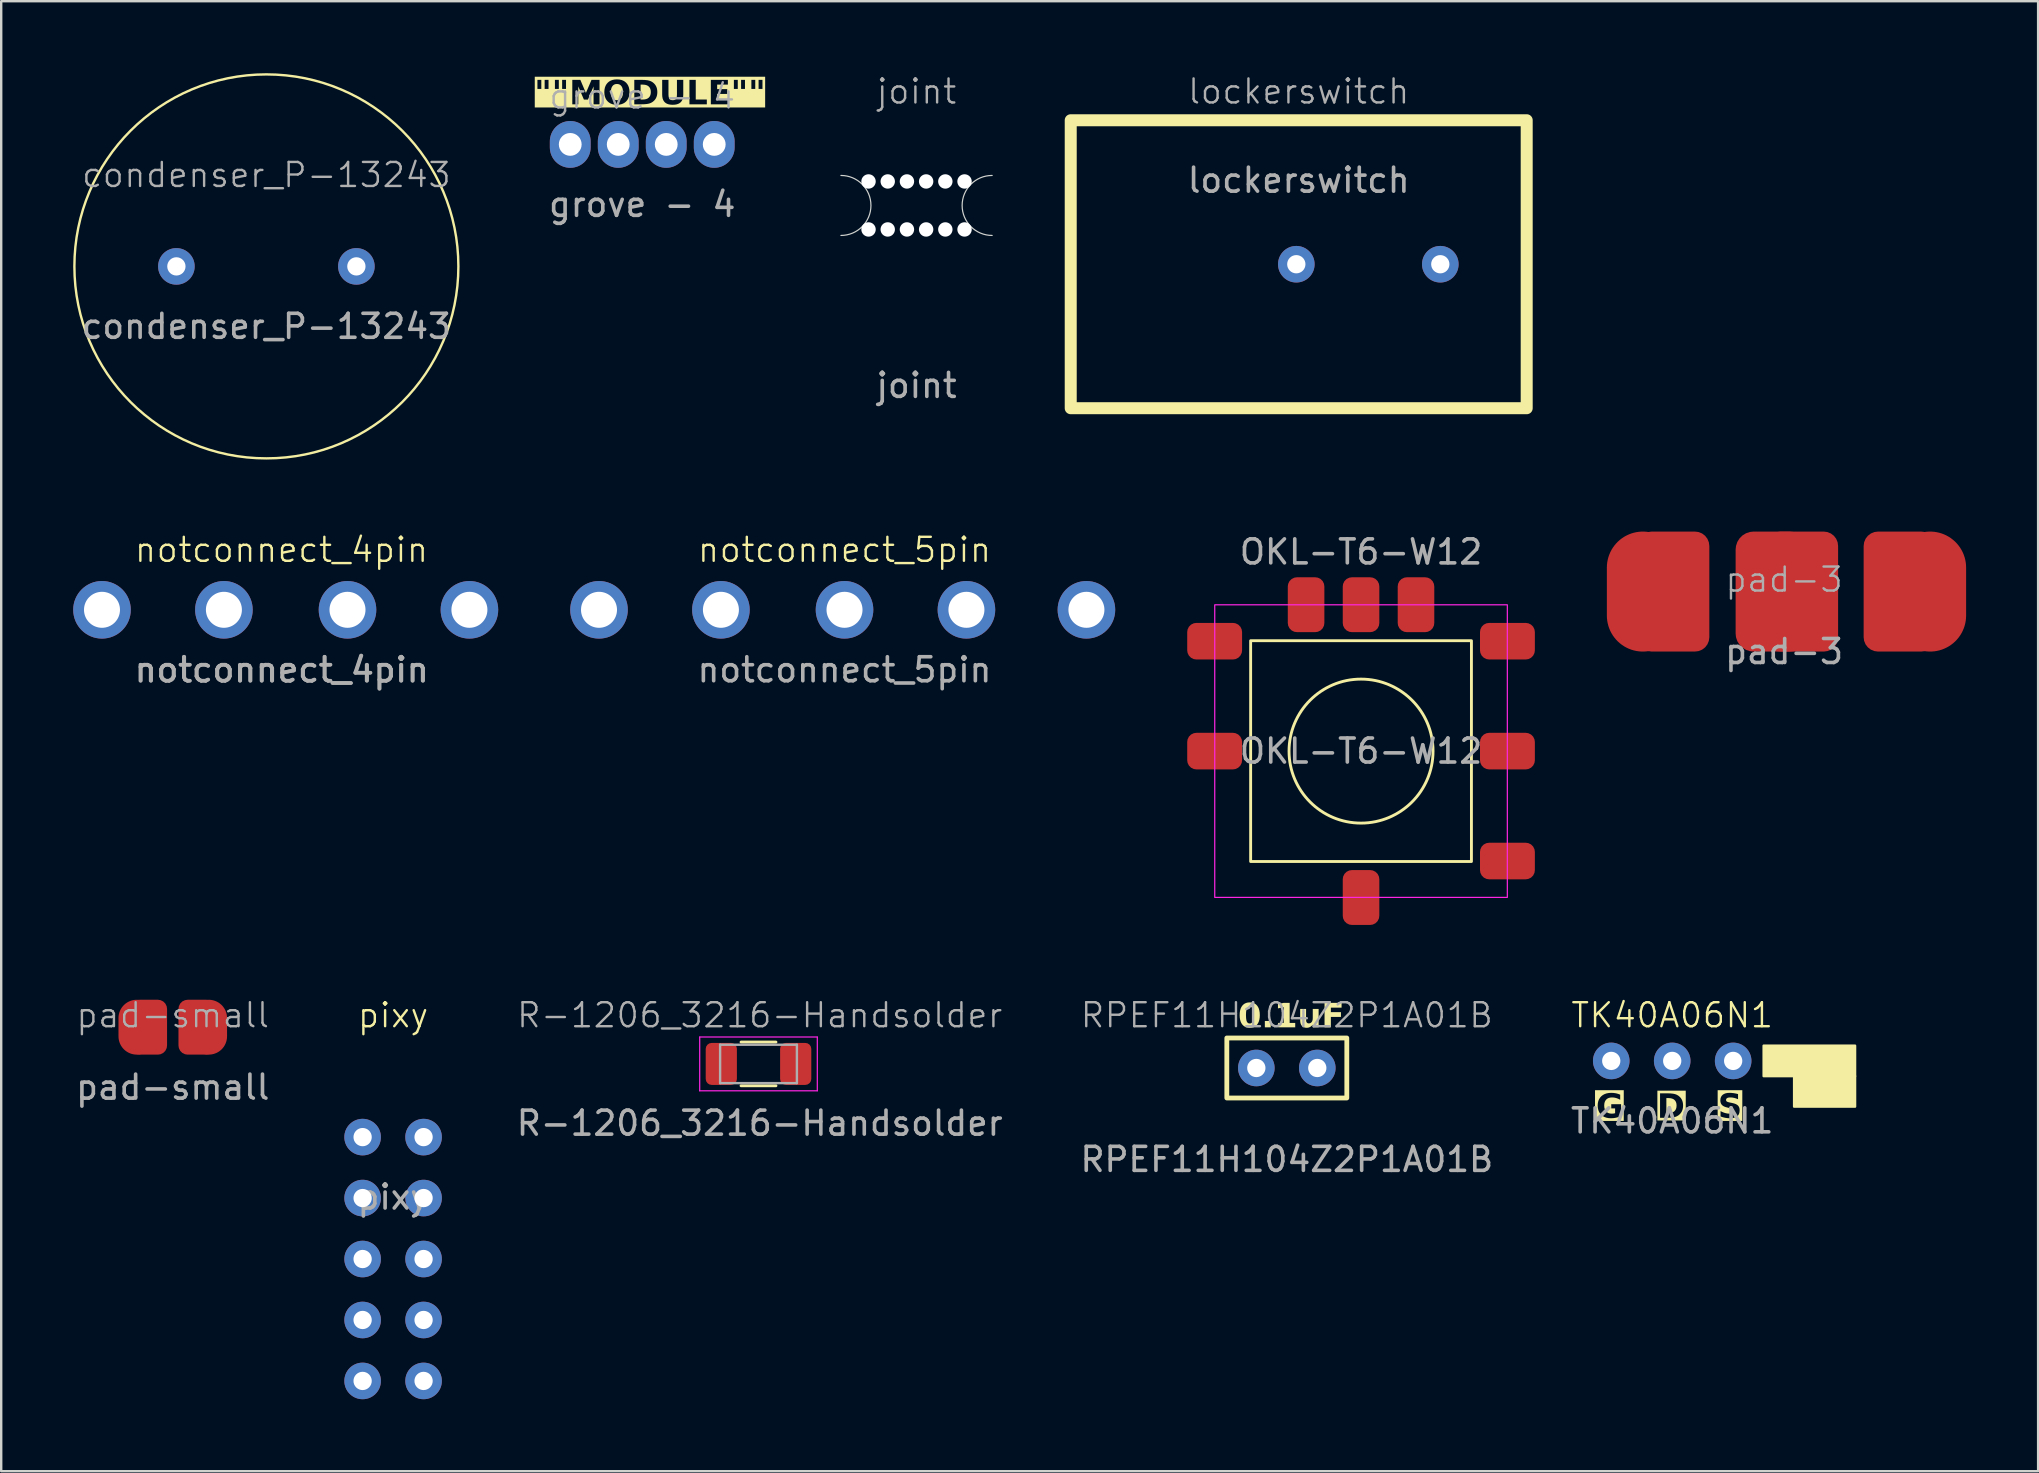
<source format=kicad_pcb>
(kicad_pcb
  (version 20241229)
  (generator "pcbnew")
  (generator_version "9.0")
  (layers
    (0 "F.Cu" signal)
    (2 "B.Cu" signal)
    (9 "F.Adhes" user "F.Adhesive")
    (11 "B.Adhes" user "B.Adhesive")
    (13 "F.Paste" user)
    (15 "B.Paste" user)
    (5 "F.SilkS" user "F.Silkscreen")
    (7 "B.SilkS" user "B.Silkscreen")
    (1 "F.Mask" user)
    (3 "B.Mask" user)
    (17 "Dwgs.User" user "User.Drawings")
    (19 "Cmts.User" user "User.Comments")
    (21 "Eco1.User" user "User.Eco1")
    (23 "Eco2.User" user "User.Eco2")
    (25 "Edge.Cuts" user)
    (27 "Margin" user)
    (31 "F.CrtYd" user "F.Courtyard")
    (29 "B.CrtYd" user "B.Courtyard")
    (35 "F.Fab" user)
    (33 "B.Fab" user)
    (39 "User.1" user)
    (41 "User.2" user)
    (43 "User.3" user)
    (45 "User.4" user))
  (footprint "notconnect_5pin"
    (layer "F.Cu")
    (at 32.14 22.36)
    (property "Reference" "notconnect_5pin" (at 0 -2.5 0) (unlocked yes) (layer "F.SilkS") (effects (font (size 1 1) (thickness 0.1))))
    (attr through_hole)
    (fp_text user "${REFERENCE}" (at 0 2.5 0) (unlocked yes) (layer "F.Fab") (effects (font (size 1 1) (thickness 0.15))))
    (pad "1" thru_hole circle (at -10.23 0) (size 2.4 2.4) (drill 1.5) (layers "*.Cu" "*.Mask"))
    (pad "2" thru_hole circle (at -5.15 0) (size 2.4 2.4) (drill 1.5) (layers "*.Cu" "*.Mask"))
    (pad "3" thru_hole circle (at 0 0) (size 2.4 2.4) (drill 1.5) (layers "*.Cu" "*.Mask"))
    (pad "4" thru_hole circle (at 5.08 0) (size 2.4 2.4) (drill 1.5) (layers "*.Cu" "*.Mask"))
    (pad "5" thru_hole circle (at 10.08 0) (size 2.4 2.4) (drill 1.5) (layers "*.Cu" "*.Mask")))
  (footprint "OKL-T6-W12"
    (layer "F.Cu")
    (at 53.663 28.248)
    (property "Reference" "OKL-T6-W12" (at 0 0 0) (unlocked yes) (layer "F.Fab") (effects (font (size 1 1) (thickness 0.15))))
    (attr smd)
    (fp_rect (start -4.6 4.6) (end 4.6 -4.6) (stroke (width 0.12) (type solid)) (fill no) (layer "F.SilkS"))
    (fp_circle (center 0 0) (end 0 3) (stroke (width 0.12) (type solid)) (fill no) (layer "F.SilkS"))
    (fp_rect (start -6.096 -6.096) (end 6.096 6.096) (stroke (width 0.05) (type solid)) (fill no) (layer "F.CrtYd"))
    (fp_text user "${REFERENCE}" (at 0 -8.3 0) (unlocked yes) (layer "F.Fab") (effects (font (size 1 1) (thickness 0.15))))
    (pad "1" smd roundrect (at -6.1 0) (size 2.286 1.524) (layers "F.Cu" "F.Mask" "F.Paste") (roundrect_rratio 0.25))
    (pad "2" smd roundrect (at -6.1 -4.58) (size 2.286 1.524) (layers "F.Cu" "F.Mask" "F.Paste") (roundrect_rratio 0.25))
    (pad "2" smd roundrect (at -2.29 -6.1 270) (size 2.286 1.524) (layers "F.Cu" "F.Mask" "F.Paste") (roundrect_rratio 0.25))
    (pad "3" smd roundrect (at 0 -6.1 270) (size 2.286 1.524) (layers "F.Cu" "F.Mask" "F.Paste") (roundrect_rratio 0.25))
    (pad "3" smd roundrect (at 2.29 -6.1 270) (size 2.286 1.524) (layers "F.Cu" "F.Mask" "F.Paste") (roundrect_rratio 0.25))
    (pad "4" smd roundrect (at 6.1 -4.58) (size 2.286 1.524) (layers "F.Cu" "F.Mask" "F.Paste") (roundrect_rratio 0.25))
    (pad "5" smd roundrect (at 6.1 0) (size 2.286 1.524) (layers "F.Cu" "F.Mask" "F.Paste") (roundrect_rratio 0.25))
    (pad "6" smd roundrect (at 6.1 4.58) (size 2.286 1.524) (layers "F.Cu" "F.Mask" "F.Paste") (roundrect_rratio 0.25))
    (pad "7" smd roundrect (at 0 6.1 90) (size 2.286 1.524) (layers "F.Cu" "F.Mask" "F.Paste") (roundrect_rratio 0.25)))
  (footprint "notconnect_4pin"
    (layer "F.Cu")
    (at 8.68 22.36)
    (property "Reference" "notconnect_4pin" (at 0 -2.5 0) (unlocked yes) (layer "F.SilkS") (effects (font (size 1 1) (thickness 0.1))))
    (attr through_hole)
    (fp_text user "${REFERENCE}" (at 0 2.5 0) (unlocked yes) (layer "F.Fab") (effects (font (size 1 1) (thickness 0.15))))
    (fp_text user "${REFERENCE}" (at 0.02 2.5 0) (unlocked yes) (layer "F.Fab") (effects (font (size 1 1) (thickness 0.15))))
    (pad "1" thru_hole circle (at -7.48 0) (size 2.4 2.4) (drill 1.5) (layers "*.Cu" "*.Mask"))
    (pad "2" thru_hole circle (at -2.4 0) (size 2.4 2.4) (drill 1.5) (layers "*.Cu" "*.Mask"))
    (pad "3" thru_hole circle (at 2.75 0) (size 2.4 2.4) (drill 1.5) (layers "*.Cu" "*.Mask"))
    (pad "4" thru_hole circle (at 7.83 0) (size 2.4 2.4) (drill 1.5) (layers "*.Cu" "*.Mask")))
  (footprint "condenser_P-13243"
    (layer "F.Cu")
    (at 8.05 8.05)
    (property "Reference" "condenser_P-13243" (at 0 -3.81 0) (unlocked yes) (layer "F.Fab") (effects (font (size 1 1) (thickness 0.1))))
    (attr through_hole)
    (fp_circle (center 0 0) (end 8 0) (stroke (width 0.1) (type default)) (fill no) (layer "F.SilkS"))
    (fp_text user "${REFERENCE}" (at 0 2.5 0) (unlocked yes) (layer "F.Fab") (effects (font (size 1 1) (thickness 0.15))))
    (pad "1" thru_hole circle (at -3.75 0) (size 1.524 1.524) (drill 0.762) (layers "*.Cu" "*.Mask"))
    (pad "2" thru_hole circle (at 3.75 0) (size 1.524 1.524) (drill 0.762) (layers "*.Cu" "*.Mask")))
  (footprint "TK40A06N1"
    (layer "F.Cu")
    (at 66.629 41.157)
    (property "Reference" "TK40A06N1" (at 0 -1.905 0) (unlocked yes) (layer "F.SilkS") (effects (font (size 1 1) (thickness 0.1))))
    (attr through_hole)
    (fp_rect (start 3.81 -0.635) (end 7.62 0.635) (stroke (width 0.1) (type solid)) (fill yes) (layer "F.SilkS"))
    (fp_rect (start 7.62 0.635) (end 5.08 1.905) (stroke (width 0.1) (type solid)) (fill yes) (layer "F.SilkS"))
    (fp_text user "S" (at 1.905 2.54 0) (unlocked yes) (layer "F.SilkS" knockout) (effects (font (face "Arial Black") (size 1 1) (thickness 0.1)) (justify left bottom)))
    (fp_text user "G" (at -3.175 2.54 0) (unlocked yes) (layer "F.SilkS" knockout) (effects (font (face "Arial Black") (size 1 1) (thickness 0.1)) (justify left bottom)))
    (fp_text user "D" (at -0.635 2.54 0) (unlocked yes) (layer "F.SilkS" knockout) (effects (font (face "Arial Black") (size 1 1) (thickness 0.1)) (justify left bottom)))
    (fp_text user "${REFERENCE}" (at 0 2.5 0) (unlocked yes) (layer "F.Fab") (effects (font (size 1 1) (thickness 0.15))))
    (pad "1" thru_hole circle (at 0 0) (size 1.524 1.524) (drill 0.762) (layers "*.Cu" "*.Mask"))
    (pad "2" thru_hole circle (at -2.54 0) (size 1.524 1.524) (drill 0.762) (layers "*.Cu" "*.Mask"))
    (pad "3" thru_hole circle (at 2.54 0) (size 1.524 1.524) (drill 0.762) (layers "*.Cu" "*.Mask")))
  (footprint "pixy"
    (layer "F.Cu")
    (at 13.33 44.332)
    (property "Reference" "pixy" (at 0 -5.08 0) (unlocked yes) (layer "F.SilkS") (effects (font (size 1 1) (thickness 0.1))))
    (attr through_hole)
    (fp_text user "${REFERENCE}" (at 0 2.5 0) (unlocked yes) (layer "F.Fab") (effects (font (size 1 1) (thickness 0.15))))
    (pad "1" thru_hole circle (at -1.27 0) (size 1.524 1.524) (drill 0.762) (layers "*.Cu" "*.Mask"))
    (pad "2" thru_hole circle (at -1.27 2.54) (size 1.524 1.524) (drill 0.762) (layers "*.Cu" "*.Mask"))
    (pad "3" thru_hole circle (at -1.27 5.08) (size 1.524 1.524) (drill 0.762) (layers "*.Cu" "*.Mask"))
    (pad "4" thru_hole circle (at -1.27 7.62) (size 1.524 1.524) (drill 0.762) (layers "*.Cu" "*.Mask"))
    (pad "5" thru_hole circle (at -1.27 10.16) (size 1.524 1.524) (drill 0.762) (layers "*.Cu" "*.Mask"))
    (pad "6" thru_hole circle (at 1.27 0) (size 1.524 1.524) (drill 0.762) (layers "*.Cu" "*.Mask"))
    (pad "7" thru_hole circle (at 1.27 2.54) (size 1.524 1.524) (drill 0.762) (layers "*.Cu" "*.Mask"))
    (pad "8" thru_hole circle (at 1.27 5.08) (size 1.524 1.524) (drill 0.762) (layers "*.Cu" "*.Mask"))
    (pad "9" thru_hole circle (at 1.27 7.62) (size 1.524 1.524) (drill 0.762) (layers "*.Cu" "*.Mask"))
    (pad "10" thru_hole circle (at 1.27 10.16) (size 1.524 1.524) (drill 0.762) (layers "*.Cu" "*.Mask")))
  (footprint "joint"
    (layer "F.Cu")
    (at 35.141 5.511)
    (property "Reference" "joint" (at 0 -4.75 0) (unlocked yes) (layer "F.Fab") (effects (font (size 1 1) (thickness 0.1))))
    (attr through_hole)
    (fp_arc (start -3.15 -1.25) (mid -1.9 0) (end -3.15 1.25) (stroke (width 0.05) (type default)) (layer "Edge.Cuts"))
    (fp_arc (start 3.15 1.25) (mid 1.9 0) (end 3.15 -1.25) (stroke (width 0.05) (type default)) (layer "Edge.Cuts"))
    (fp_text user "${REFERENCE}" (at 0 7.5 0) (unlocked yes) (layer "F.Fab") (effects (font (size 1 1) (thickness 0.15))))
    (pad "" np_thru_hole circle (at -2 -1) (size 0.6 0.6) (drill 0.6) (layers "*.Cu" "*.Mask"))
    (pad "" np_thru_hole circle (at -2 1) (size 0.6 0.6) (drill 0.6) (layers "*.Cu" "*.Mask"))
    (pad "" np_thru_hole circle (at -1.2 -1) (size 0.6 0.6) (drill 0.6) (layers "*.Cu" "*.Mask"))
    (pad "" np_thru_hole circle (at -1.2 1) (size 0.6 0.6) (drill 0.6) (layers "*.Cu" "*.Mask"))
    (pad "" np_thru_hole circle (at -0.4 -1) (size 0.6 0.6) (drill 0.6) (layers "*.Cu" "*.Mask"))
    (pad "" np_thru_hole circle (at -0.4 1) (size 0.6 0.6) (drill 0.6) (layers "*.Cu" "*.Mask"))
    (pad "" np_thru_hole circle (at 0.4 -1) (size 0.6 0.6) (drill 0.6) (layers "*.Cu" "*.Mask"))
    (pad "" np_thru_hole circle (at 0.4 1) (size 0.6 0.6) (drill 0.6) (layers "*.Cu" "*.Mask"))
    (pad "" np_thru_hole circle (at 1.2 -1) (size 0.6 0.6) (drill 0.6) (layers "*.Cu" "*.Mask"))
    (pad "" np_thru_hole circle (at 1.2 1) (size 0.6 0.6) (drill 0.6) (layers "*.Cu" "*.Mask"))
    (pad "" np_thru_hole circle (at 2 -1) (size 0.6 0.6) (drill 0.6) (layers "*.Cu" "*.Mask"))
    (pad "" np_thru_hole circle (at 2 1) (size 0.6 0.6) (drill 0.6) (layers "*.Cu" "*.Mask")))
  (footprint "grove - 4"
    (layer "F.Cu")
    (at 23.711 2.967)
    (property "Reference" "grove - 4" (at 0 -2 0) (unlocked yes) (layer "F.Fab") (effects (font (size 1 1) (thickness 0.1))))
    (attr through_hole)
    (fp_text user "\"\"MODULE\"\"" (at -4.5 -1.5 0) (unlocked yes) (layer "F.SilkS" knockout) (effects (font (face "Arial Black") (size 1 1) (thickness 0.1)) (justify left bottom)))
    (fp_text user "${REFERENCE}" (at 0 2.5 0) (unlocked yes) (layer "F.Fab") (effects (font (size 1 1) (thickness 0.15))))
    (pad "1" thru_hole oval (at 3 0) (size 1.7 1.95) (drill 0.95) (layers "*.Cu" "*.Mask"))
    (pad "2" thru_hole oval (at 1 0) (size 1.7 1.95) (drill 0.95) (layers "*.Cu" "*.Mask"))
    (pad "3" thru_hole oval (at -1 0) (size 1.7 1.95) (drill 0.95) (layers "*.Cu" "*.Mask"))
    (pad "4" thru_hole oval (at -3 0) (size 1.7 1.95) (drill 0.95) (layers "*.Cu" "*.Mask")))
  (footprint "lockerswitch"
    (layer "F.Cu")
    (at 51.066 1.96)
    (property "Reference" "lockerswitch" (at 0 -1.2 0) (unlocked yes) (layer "F.Fab") (effects (font (size 1 1) (thickness 0.1))))
    (attr through_hole)
    (fp_rect (start -9.5 0) (end 9.5 12) (stroke (width 0.5) (type default)) (fill no) (layer "F.SilkS"))
    (fp_text user "${REFERENCE}" (at 0 2.5 0) (unlocked yes) (layer "F.Fab") (effects (font (size 1 1) (thickness 0.15))))
    (pad "1" thru_hole circle (at 5.9 6) (size 1.524 1.524) (drill 0.762) (layers "*.Cu" "*.Mask"))
    (pad "2" thru_hole circle (at -0.1 6) (size 1.524 1.524) (drill 0.762) (layers "*.Cu" "*.Mask")))
  (footprint "R-1206_3216-Handsolder"
    (layer "F.Cu")
    (at 28.606 41.252)
    (property "Reference" "R-1206_3216-Handsolder" (at 0 -2 0) (unlocked yes) (layer "F.Fab") (effects (font (size 1 1) (thickness 0.1))))
    (attr smd)
    (fp_line (start -0.777 -0.88) (end 0.677 -0.88) (stroke (width 0.12) (type solid)) (layer "F.SilkS"))
    (fp_line (start -0.777 0.94) (end 0.677 0.94) (stroke (width 0.12) (type solid)) (layer "F.SilkS"))
    (fp_line (start -2.5 -1.09) (end 2.4 -1.09) (stroke (width 0.05) (type solid)) (layer "F.CrtYd"))
    (fp_line (start -2.5 1.15) (end -2.5 -1.09) (stroke (width 0.05) (type solid)) (layer "F.CrtYd"))
    (fp_line (start 2.4 -1.09) (end 2.4 1.15) (stroke (width 0.05) (type solid)) (layer "F.CrtYd"))
    (fp_line (start 2.4 1.15) (end -2.5 1.15) (stroke (width 0.05) (type solid)) (layer "F.CrtYd"))
    (fp_line (start -1.65 -0.77) (end 1.55 -0.77) (stroke (width 0.1) (type solid)) (layer "F.Fab"))
    (fp_line (start -1.65 0.83) (end -1.65 -0.77) (stroke (width 0.1) (type solid)) (layer "F.Fab"))
    (fp_line (start 1.55 -0.77) (end 1.55 0.83) (stroke (width 0.1) (type solid)) (layer "F.Fab"))
    (fp_line (start 1.55 0.83) (end -1.65 0.83) (stroke (width 0.1) (type solid)) (layer "F.Fab"))
    (fp_text user "${REFERENCE}" (at 0 2.5 0) (unlocked yes) (layer "F.Fab") (effects (font (size 1 1) (thickness 0.15))))
    (pad "1" smd roundrect (at -1.6 0.03) (size 1.3 1.75) (layers "F.Cu" "F.Mask" "F.Paste") (roundrect_rratio 0.192))
    (pad "2" smd roundrect (at 1.5 0.03) (size 1.3 1.75) (layers "F.Cu" "F.Mask" "F.Paste") (roundrect_rratio 0.192)))
  (footprint "RPEF11H104Z2P1A01B"
    (layer "F.Cu")
    (at 50.57 41.452)
    (property "Reference" "RPEF11H104Z2P1A01B" (at 0 -2.2 0) (unlocked yes) (layer "F.Fab") (effects (font (size 1 1) (thickness 0.1))))
    (attr through_hole)
    (fp_rect (start -2.5 -1.25) (end 2.5 1.25) (stroke (width 0.2) (type default)) (fill no) (layer "F.SilkS"))
    (fp_text user "0.1uF" (at -2.032 -1.524 0) (unlocked yes) (layer "F.SilkS") (effects (font (face "Arial Black") (size 1 1) (thickness 0.1)) (justify left bottom)))
    (fp_text user "${REFERENCE}" (at 0 3.81 0) (unlocked yes) (layer "F.Fab") (effects (font (size 1 1) (thickness 0.15))))
    (pad "1" thru_hole circle (at -1.27 0) (size 1.524 1.524) (drill 0.762) (layers "*.Cu" "*.Mask"))
    (pad "2" thru_hole circle (at 1.27 0) (size 1.524 1.524) (drill 0.762) (layers "*.Cu" "*.Mask")))
  (footprint "pad-3"
    (layer "F.Cu")
    (at 71.292 21.6)
    (property "Reference" "pad-3" (at 0 -0.5 0) (unlocked yes) (layer "F.Fab") (effects (font (size 1 1) (thickness 0.1))))
    (attr smd)
    (fp_text user "${REFERENCE}" (at 0 2.5 0) (unlocked yes) (layer "F.Fab") (effects (font (size 1 1) (thickness 0.15))))
    (pad "1" smd oval (at -5.886 0 90) (size 5 3) (layers "F.Cu" "F.Mask" "F.Paste"))
    (pad "1" smd roundrect (at -4.616 0 90) (size 5 3) (layers "F.Cu" "F.Mask" "F.Paste") (roundrect_rratio 0.2))
    (pad "2" smd roundrect (at 4.814 0 270) (size 5 3) (layers "F.Cu" "F.Mask" "F.Paste") (roundrect_rratio 0.2))
    (pad "2" smd oval (at 6.084 0 270) (size 5 3) (layers "F.Cu" "F.Mask" "F.Paste"))
    (pad "3" smd roundrect (at -0.52 0 90) (size 5 3) (layers "F.Cu" "F.Mask" "F.Paste") (roundrect_rratio 0.25))
    (pad "3" smd roundrect (at 0.75 0 90) (size 5 3) (layers "F.Cu" "F.Mask" "F.Paste") (roundrect_rratio 0.2)))
  (footprint "pad-small"
    (layer "F.Cu")
    (at 4.149 39.752)
    (property "Reference" "pad-small" (at 0 -0.5 0) (unlocked yes) (layer "F.Fab") (effects (font (size 1 1) (thickness 0.1))))
    (attr smd)
    (fp_text user "${REFERENCE}" (at 0 2.5 0) (unlocked yes) (layer "F.Fab") (effects (font (size 1 1) (thickness 0.15))))
    (pad "1" smd oval (at -1.5 0 90) (size 2.286 1.524) (layers "F.Cu" "F.Mask" "F.Paste"))
    (pad "1" smd roundrect (at -1 0 90) (size 2.286 1.524) (layers "F.Cu" "F.Mask" "F.Paste") (roundrect_rratio 0.25))
    (pad "2" smd roundrect (at 1 0 270) (size 2.286 1.524) (layers "F.Cu" "F.Mask" "F.Paste") (roundrect_rratio 0.25))
    (pad "2" smd oval (at 1.5 0 270) (size 2.286 1.524) (layers "F.Cu" "F.Mask" "F.Paste")))
  (gr_rect
    (start -3 -3)
    (end 81.876 58.254)
    (stroke (width 0.1) (type default))
    (fill no)
    (layer "Edge.Cuts")))
</source>
